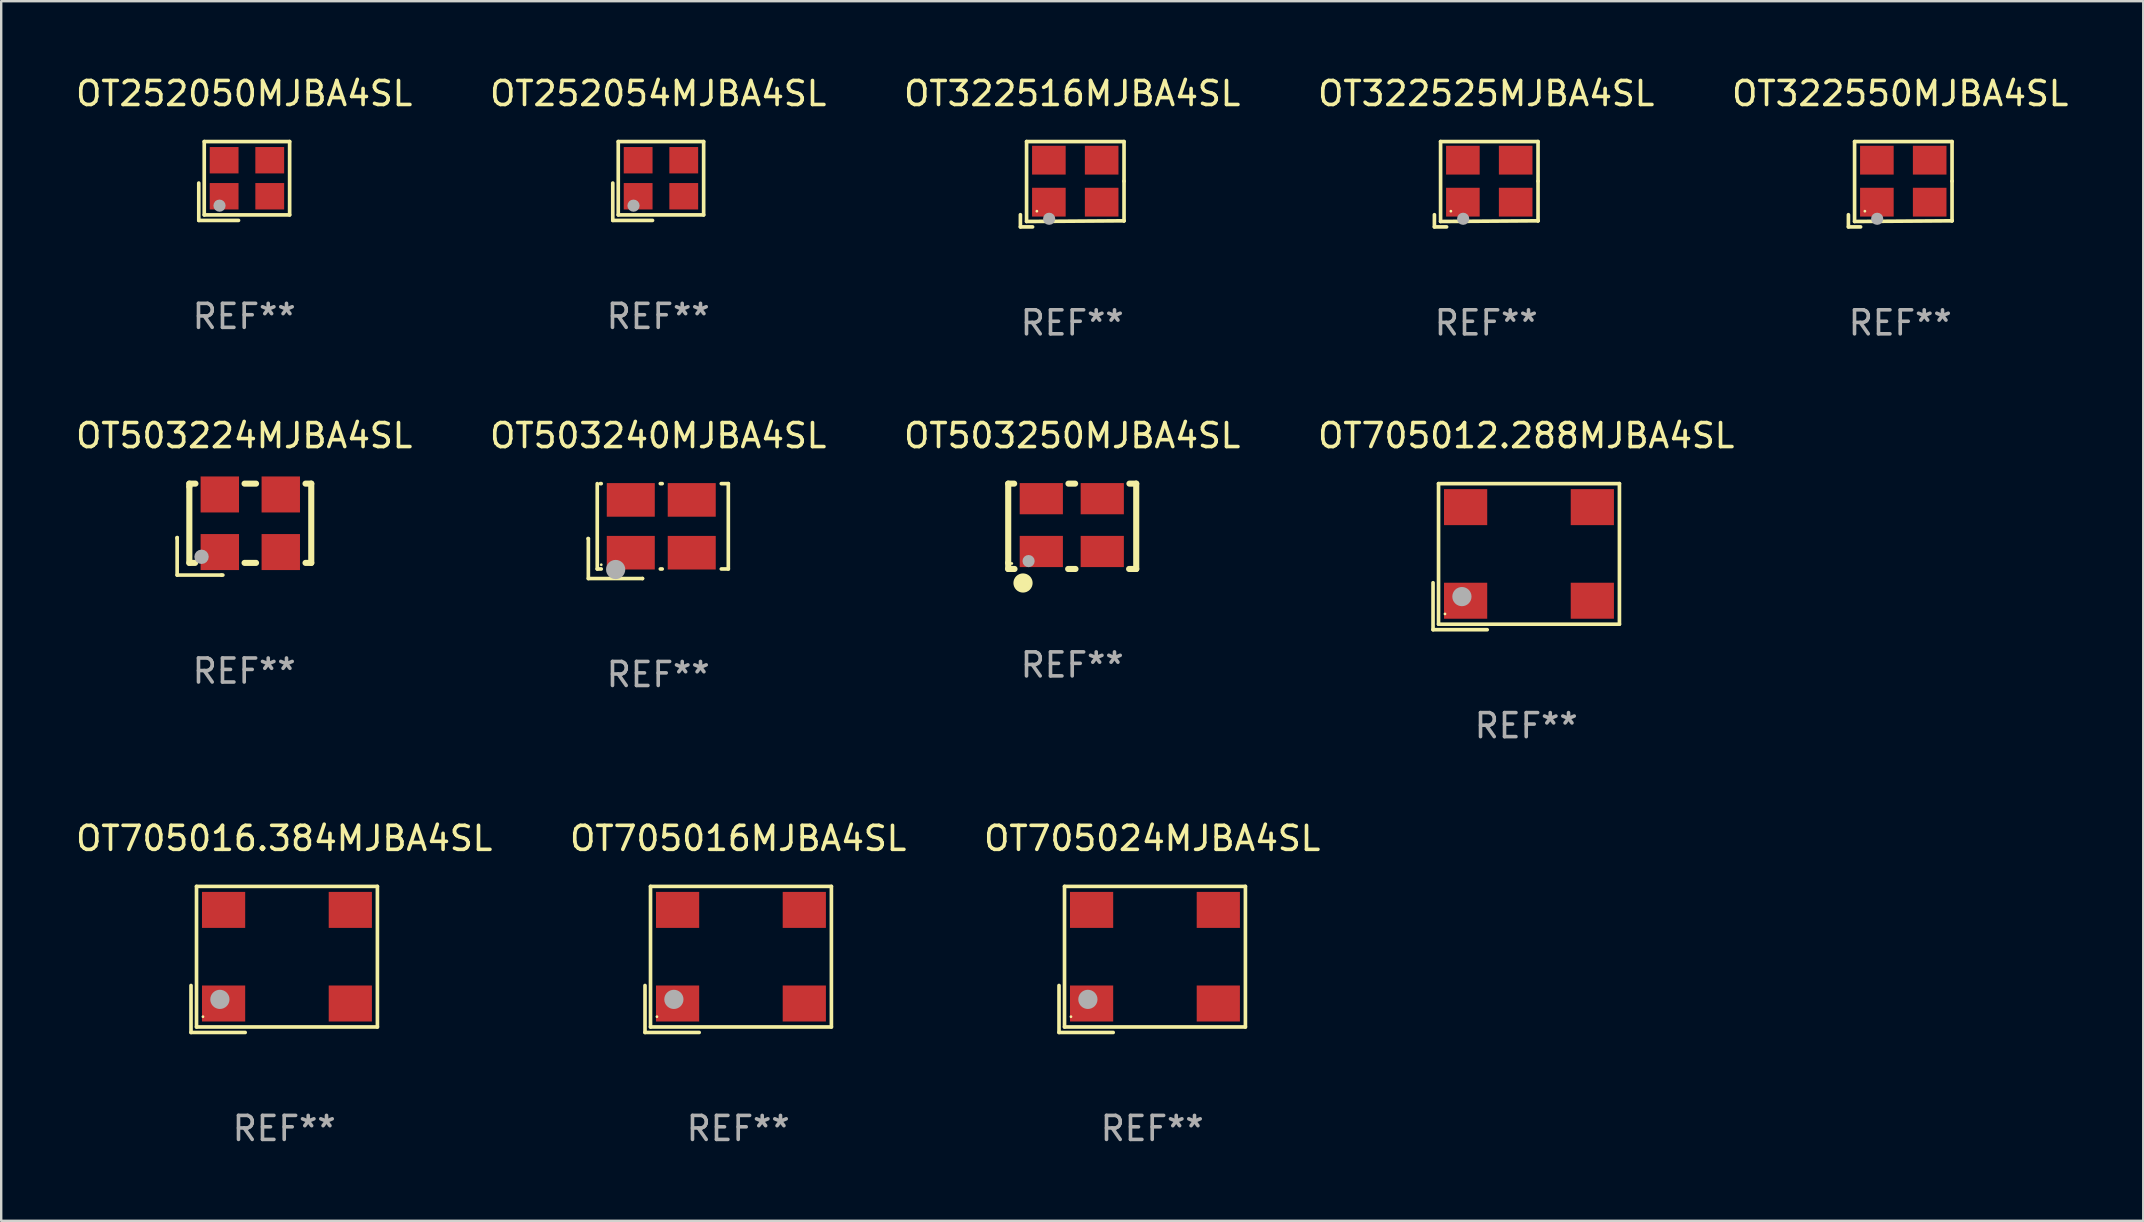
<source format=kicad_pcb>
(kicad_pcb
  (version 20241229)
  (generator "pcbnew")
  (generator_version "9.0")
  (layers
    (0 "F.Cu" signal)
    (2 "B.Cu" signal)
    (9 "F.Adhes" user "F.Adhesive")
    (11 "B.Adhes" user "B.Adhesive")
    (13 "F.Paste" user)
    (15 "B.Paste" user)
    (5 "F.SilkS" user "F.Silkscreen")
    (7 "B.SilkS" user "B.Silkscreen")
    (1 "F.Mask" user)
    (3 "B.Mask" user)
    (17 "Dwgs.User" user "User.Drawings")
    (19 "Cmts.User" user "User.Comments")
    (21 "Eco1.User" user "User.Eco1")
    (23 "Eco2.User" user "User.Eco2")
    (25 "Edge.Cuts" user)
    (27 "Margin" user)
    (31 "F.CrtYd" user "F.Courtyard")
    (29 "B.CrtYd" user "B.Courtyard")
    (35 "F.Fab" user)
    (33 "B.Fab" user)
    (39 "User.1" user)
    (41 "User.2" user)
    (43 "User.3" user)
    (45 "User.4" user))
  (footprint "OT705016.384MJBA4SL"
    (layer "F.Cu")
    (at 8.792 36.926)
    (property "Reference" "OT705016.384MJBA4SL" (at 0 -5.043 0) (layer "F.SilkS") (effects (font (size 1 1) (thickness 0.15))))
    (attr through_hole)
    (fp_line (start -3.883 1.086) (end -3.883 3.043) (stroke (width 0.152) (type solid)) (layer "F.SilkS"))
    (fp_line (start -3.883 3.043) (end -1.626 3.043) (stroke (width 0.152) (type solid)) (layer "F.SilkS"))
    (fp_line (start -3.654 -3.043) (end 3.883 -3.043) (stroke (width 0.152) (type solid)) (layer "F.SilkS"))
    (fp_line (start -3.654 2.814) (end -3.654 -3.043) (stroke (width 0.152) (type solid)) (layer "F.SilkS"))
    (fp_line (start 3.883 -3.043) (end 3.883 2.814) (stroke (width 0.152) (type solid)) (layer "F.SilkS"))
    (fp_line (start 3.883 2.814) (end -3.654 2.814) (stroke (width 0.152) (type solid)) (layer "F.SilkS"))
    (fp_circle (center -3.386 2.386) (end -3.356 2.386) (stroke (width 0.06) (type solid)) (fill no) (layer "F.SilkS"))
    (fp_circle (center -2.68 1.664) (end -2.48 1.664) (stroke (width 0.4) (type solid)) (fill no) (layer "F.Fab"))
    (fp_text user "REF**" (at 0 7.043 0) (layer "F.Fab") (effects (font (size 1 1) (thickness 0.15))))
    (pad "1" smd rect (at -2.526 1.836) (size 1.8 1.5) (layers "F.Cu" "F.Mask" "F.Paste"))
    (pad "2" smd rect (at 2.754 1.836) (size 1.8 1.5) (layers "F.Cu" "F.Mask" "F.Paste"))
    (pad "3" smd rect (at 2.754 -2.064) (size 1.8 1.5) (layers "F.Cu" "F.Mask" "F.Paste"))
    (pad "4" smd rect (at -2.526 -2.064) (size 1.8 1.5) (layers "F.Cu" "F.Mask" "F.Paste")))
  (footprint "OT322516MJBA4SL"
    (layer "F.Cu")
    (at 41.625 4.626)
    (property "Reference" "OT322516MJBA4SL" (at 0 -3.778 0) (layer "F.SilkS") (effects (font (size 1 1) (thickness 0.15))))
    (attr through_hole)
    (fp_line (start -2.159 1.27) (end -2.159 1.778) (stroke (width 0.152) (type solid)) (layer "F.SilkS"))
    (fp_line (start -2.159 1.778) (end -1.651 1.778) (stroke (width 0.152) (type solid)) (layer "F.SilkS"))
    (fp_line (start -1.902 -1.778) (end 2.159 -1.778) (stroke (width 0.152) (type solid)) (layer "F.SilkS"))
    (fp_line (start -1.902 1.552) (end -1.902 -1.778) (stroke (width 0.152) (type solid)) (layer "F.SilkS"))
    (fp_line (start 2.159 -1.778) (end 2.159 -0.127) (stroke (width 0.152) (type solid)) (layer "F.SilkS"))
    (fp_line (start 2.159 -0.127) (end 2.159 1.524) (stroke (width 0.152) (type solid)) (layer "F.SilkS"))
    (fp_line (start 2.159 1.524) (end -1.902 1.552) (stroke (width 0.152) (type solid)) (layer "F.SilkS"))
    (fp_line (start 2.159 1.524) (end 2.159 1.524) (stroke (width 0.152) (type solid)) (layer "F.SilkS"))
    (fp_circle (center -1.473 1.123) (end -1.443 1.123) (stroke (width 0.06) (type solid)) (fill no) (layer "F.SilkS"))
    (fp_circle (center -0.961 1.44) (end -0.834 1.44) (stroke (width 0.254) (type solid)) (fill no) (layer "F.Fab"))
    (fp_text user "REF**" (at 0 5.778 0) (layer "F.Fab") (effects (font (size 1 1) (thickness 0.15))))
    (pad "1" smd rect (at -0.973 0.748) (size 1.4 1.2) (layers "F.Cu" "F.Mask" "F.Paste"))
    (pad "2" smd rect (at 1.227 0.748) (size 1.4 1.2) (layers "F.Cu" "F.Mask" "F.Paste"))
    (pad "3" smd rect (at 1.227 -1.002) (size 1.4 1.2) (layers "F.Cu" "F.Mask" "F.Paste"))
    (pad "4" smd rect (at -0.973 -1.002) (size 1.4 1.2) (layers "F.Cu" "F.Mask" "F.Paste")))
  (footprint "OT705024MJBA4SL"
    (layer "F.Cu")
    (at 44.958 36.926)
    (property "Reference" "OT705024MJBA4SL" (at 0 -5.043 0) (layer "F.SilkS") (effects (font (size 1 1) (thickness 0.15))))
    (attr through_hole)
    (fp_line (start -3.883 1.086) (end -3.883 3.043) (stroke (width 0.152) (type solid)) (layer "F.SilkS"))
    (fp_line (start -3.883 3.043) (end -1.626 3.043) (stroke (width 0.152) (type solid)) (layer "F.SilkS"))
    (fp_line (start -3.654 -3.043) (end 3.883 -3.043) (stroke (width 0.152) (type solid)) (layer "F.SilkS"))
    (fp_line (start -3.654 2.814) (end -3.654 -3.043) (stroke (width 0.152) (type solid)) (layer "F.SilkS"))
    (fp_line (start 3.883 -3.043) (end 3.883 2.814) (stroke (width 0.152) (type solid)) (layer "F.SilkS"))
    (fp_line (start 3.883 2.814) (end -3.654 2.814) (stroke (width 0.152) (type solid)) (layer "F.SilkS"))
    (fp_circle (center -3.386 2.386) (end -3.356 2.386) (stroke (width 0.06) (type solid)) (fill no) (layer "F.SilkS"))
    (fp_circle (center -2.68 1.664) (end -2.48 1.664) (stroke (width 0.4) (type solid)) (fill no) (layer "F.Fab"))
    (fp_text user "REF**" (at 0 7.043 0) (layer "F.Fab") (effects (font (size 1 1) (thickness 0.15))))
    (pad "1" smd rect (at -2.526 1.836) (size 1.8 1.5) (layers "F.Cu" "F.Mask" "F.Paste"))
    (pad "2" smd rect (at 2.754 1.836) (size 1.8 1.5) (layers "F.Cu" "F.Mask" "F.Paste"))
    (pad "3" smd rect (at 2.754 -2.064) (size 1.8 1.5) (layers "F.Cu" "F.Mask" "F.Paste"))
    (pad "4" smd rect (at -2.526 -2.064) (size 1.8 1.5) (layers "F.Cu" "F.Mask" "F.Paste")))
  (footprint "OT322525MJBA4SL"
    (layer "F.Cu")
    (at 58.875 4.626)
    (property "Reference" "OT322525MJBA4SL" (at 0 -3.778 0) (layer "F.SilkS") (effects (font (size 1 1) (thickness 0.15))))
    (attr through_hole)
    (fp_line (start -2.159 1.27) (end -2.159 1.778) (stroke (width 0.152) (type solid)) (layer "F.SilkS"))
    (fp_line (start -2.159 1.778) (end -1.651 1.778) (stroke (width 0.152) (type solid)) (layer "F.SilkS"))
    (fp_line (start -1.902 -1.778) (end 2.159 -1.778) (stroke (width 0.152) (type solid)) (layer "F.SilkS"))
    (fp_line (start -1.902 1.552) (end -1.902 -1.778) (stroke (width 0.152) (type solid)) (layer "F.SilkS"))
    (fp_line (start 2.159 -1.778) (end 2.159 -0.127) (stroke (width 0.152) (type solid)) (layer "F.SilkS"))
    (fp_line (start 2.159 -0.127) (end 2.159 1.524) (stroke (width 0.152) (type solid)) (layer "F.SilkS"))
    (fp_line (start 2.159 1.524) (end -1.902 1.552) (stroke (width 0.152) (type solid)) (layer "F.SilkS"))
    (fp_line (start 2.159 1.524) (end 2.159 1.524) (stroke (width 0.152) (type solid)) (layer "F.SilkS"))
    (fp_circle (center -1.473 1.123) (end -1.443 1.123) (stroke (width 0.06) (type solid)) (fill no) (layer "F.SilkS"))
    (fp_circle (center -0.961 1.44) (end -0.834 1.44) (stroke (width 0.254) (type solid)) (fill no) (layer "F.Fab"))
    (fp_text user "REF**" (at 0 5.778 0) (layer "F.Fab") (effects (font (size 1 1) (thickness 0.15))))
    (pad "1" smd rect (at -0.973 0.748) (size 1.4 1.2) (layers "F.Cu" "F.Mask" "F.Paste"))
    (pad "2" smd rect (at 1.227 0.748) (size 1.4 1.2) (layers "F.Cu" "F.Mask" "F.Paste"))
    (pad "3" smd rect (at 1.227 -1.002) (size 1.4 1.2) (layers "F.Cu" "F.Mask" "F.Paste"))
    (pad "4" smd rect (at -0.973 -1.002) (size 1.4 1.2) (layers "F.Cu" "F.Mask" "F.Paste")))
  (footprint "OT705012.288MJBA4SL"
    (layer "F.Cu")
    (at 60.542 20.144)
    (property "Reference" "OT705012.288MJBA4SL" (at 0 -5.043 0) (layer "F.SilkS") (effects (font (size 1 1) (thickness 0.15))))
    (attr through_hole)
    (fp_line (start -3.883 1.086) (end -3.883 3.043) (stroke (width 0.152) (type solid)) (layer "F.SilkS"))
    (fp_line (start -3.883 3.043) (end -1.626 3.043) (stroke (width 0.152) (type solid)) (layer "F.SilkS"))
    (fp_line (start -3.654 -3.043) (end 3.883 -3.043) (stroke (width 0.152) (type solid)) (layer "F.SilkS"))
    (fp_line (start -3.654 2.814) (end -3.654 -3.043) (stroke (width 0.152) (type solid)) (layer "F.SilkS"))
    (fp_line (start 3.883 -3.043) (end 3.883 2.814) (stroke (width 0.152) (type solid)) (layer "F.SilkS"))
    (fp_line (start 3.883 2.814) (end -3.654 2.814) (stroke (width 0.152) (type solid)) (layer "F.SilkS"))
    (fp_circle (center -3.386 2.386) (end -3.356 2.386) (stroke (width 0.06) (type solid)) (fill no) (layer "F.SilkS"))
    (fp_circle (center -2.68 1.664) (end -2.48 1.664) (stroke (width 0.4) (type solid)) (fill no) (layer "F.Fab"))
    (fp_text user "REF**" (at 0 7.043 0) (layer "F.Fab") (effects (font (size 1 1) (thickness 0.15))))
    (pad "1" smd rect (at -2.526 1.836) (size 1.8 1.5) (layers "F.Cu" "F.Mask" "F.Paste"))
    (pad "2" smd rect (at 2.754 1.836) (size 1.8 1.5) (layers "F.Cu" "F.Mask" "F.Paste"))
    (pad "3" smd rect (at 2.754 -2.064) (size 1.8 1.5) (layers "F.Cu" "F.Mask" "F.Paste"))
    (pad "4" smd rect (at -2.526 -2.064) (size 1.8 1.5) (layers "F.Cu" "F.Mask" "F.Paste")))
  (footprint "OT503224MJBA4SL"
    (layer "F.Cu")
    (at 7.125 19.006)
    (property "Reference" "OT503224MJBA4SL" (at 0 -3.905 0) (layer "F.SilkS") (effects (font (size 1 1) (thickness 0.15))))
    (attr through_hole)
    (fp_line (start -2.794 0.345) (end -2.794 1.905) (stroke (width 0.152) (type solid)) (layer "F.SilkS"))
    (fp_line (start -2.794 0.381) (end -2.794 0.345) (stroke (width 0.152) (type solid)) (layer "F.SilkS"))
    (fp_line (start -2.794 1.905) (end -0.945 1.905) (stroke (width 0.152) (type solid)) (layer "F.SilkS"))
    (fp_line (start -2.286 -1.905) (end -2.032 -1.905) (stroke (width 0.254) (type solid)) (layer "F.SilkS"))
    (fp_line (start -2.286 -1.778) (end -2.286 -1.905) (stroke (width 0.254) (type solid)) (layer "F.SilkS"))
    (fp_line (start -2.286 1.397) (end -2.286 -1.778) (stroke (width 0.254) (type solid)) (layer "F.SilkS"))
    (fp_line (start -2.047 1.397) (end -2.286 1.397) (stroke (width 0.254) (type solid)) (layer "F.SilkS"))
    (fp_line (start -0.945 1.905) (end -0.889 1.905) (stroke (width 0.152) (type solid)) (layer "F.SilkS"))
    (fp_line (start 0.015 -1.905) (end 0.493 -1.905) (stroke (width 0.254) (type solid)) (layer "F.SilkS"))
    (fp_line (start 0.493 1.397) (end 0.015 1.397) (stroke (width 0.254) (type solid)) (layer "F.SilkS"))
    (fp_line (start 2.555 -1.905) (end 2.794 -1.905) (stroke (width 0.254) (type solid)) (layer "F.SilkS"))
    (fp_line (start 2.794 -1.905) (end 2.794 1.397) (stroke (width 0.254) (type solid)) (layer "F.SilkS"))
    (fp_line (start 2.794 1.397) (end 2.555 1.397) (stroke (width 0.254) (type solid)) (layer "F.SilkS"))
    (fp_circle (center -2.246 1.346) (end -2.216 1.346) (stroke (width 0.06) (type solid)) (fill no) (layer "F.SilkS"))
    (fp_circle (center -1.778 1.143) (end -1.628 1.143) (stroke (width 0.3) (type solid)) (fill no) (layer "F.Fab"))
    (fp_text user "REF**" (at 0 5.905 0) (layer "F.Fab") (effects (font (size 1 1) (thickness 0.15))))
    (pad "1" smd rect (at -1.016 0.946) (size 1.6 1.5) (layers "F.Cu" "F.Mask" "F.Paste"))
    (pad "2" smd rect (at 1.524 0.946) (size 1.6 1.5) (layers "F.Cu" "F.Mask" "F.Paste"))
    (pad "3" smd rect (at 1.524 -1.454) (size 1.6 1.5) (layers "F.Cu" "F.Mask" "F.Paste"))
    (pad "4" smd rect (at -1.016 -1.454) (size 1.6 1.5) (layers "F.Cu" "F.Mask" "F.Paste")))
  (footprint "OT705016MJBA4SL"
    (layer "F.Cu")
    (at 27.708 36.926)
    (property "Reference" "OT705016MJBA4SL" (at 0 -5.043 0) (layer "F.SilkS") (effects (font (size 1 1) (thickness 0.15))))
    (attr through_hole)
    (fp_line (start -3.883 1.086) (end -3.883 3.043) (stroke (width 0.152) (type solid)) (layer "F.SilkS"))
    (fp_line (start -3.883 3.043) (end -1.626 3.043) (stroke (width 0.152) (type solid)) (layer "F.SilkS"))
    (fp_line (start -3.654 -3.043) (end 3.883 -3.043) (stroke (width 0.152) (type solid)) (layer "F.SilkS"))
    (fp_line (start -3.654 2.814) (end -3.654 -3.043) (stroke (width 0.152) (type solid)) (layer "F.SilkS"))
    (fp_line (start 3.883 -3.043) (end 3.883 2.814) (stroke (width 0.152) (type solid)) (layer "F.SilkS"))
    (fp_line (start 3.883 2.814) (end -3.654 2.814) (stroke (width 0.152) (type solid)) (layer "F.SilkS"))
    (fp_circle (center -3.386 2.386) (end -3.356 2.386) (stroke (width 0.06) (type solid)) (fill no) (layer "F.SilkS"))
    (fp_circle (center -2.68 1.664) (end -2.48 1.664) (stroke (width 0.4) (type solid)) (fill no) (layer "F.Fab"))
    (fp_text user "REF**" (at 0 7.043 0) (layer "F.Fab") (effects (font (size 1 1) (thickness 0.15))))
    (pad "1" smd rect (at -2.526 1.836) (size 1.8 1.5) (layers "F.Cu" "F.Mask" "F.Paste"))
    (pad "2" smd rect (at 2.754 1.836) (size 1.8 1.5) (layers "F.Cu" "F.Mask" "F.Paste"))
    (pad "3" smd rect (at 2.754 -2.064) (size 1.8 1.5) (layers "F.Cu" "F.Mask" "F.Paste"))
    (pad "4" smd rect (at -2.526 -2.064) (size 1.8 1.5) (layers "F.Cu" "F.Mask" "F.Paste")))
  (footprint "OT252054MJBA4SL"
    (layer "F.Cu")
    (at 24.375 4.491)
    (property "Reference" "OT252054MJBA4SL" (at 0 -3.643 0) (layer "F.SilkS") (effects (font (size 1 1) (thickness 0.15))))
    (attr through_hole)
    (fp_line (start -1.893 0.086) (end -1.893 1.643) (stroke (width 0.152) (type solid)) (layer "F.SilkS"))
    (fp_line (start -1.893 1.643) (end -0.237 1.643) (stroke (width 0.152) (type solid)) (layer "F.SilkS"))
    (fp_line (start -1.665 -1.643) (end 1.893 -1.643) (stroke (width 0.152) (type solid)) (layer "F.SilkS"))
    (fp_line (start -1.665 1.414) (end -1.665 -1.643) (stroke (width 0.152) (type solid)) (layer "F.SilkS"))
    (fp_line (start 1.893 -1.643) (end 1.893 1.414) (stroke (width 0.152) (type solid)) (layer "F.SilkS"))
    (fp_line (start 1.893 1.414) (end -1.665 1.414) (stroke (width 0.152) (type solid)) (layer "F.SilkS"))
    (fp_circle (center -1.136 0.885) (end -1.106 0.885) (stroke (width 0.06) (type solid)) (fill no) (layer "F.SilkS"))
    (fp_circle (center -1.029 1.028) (end -0.902 1.028) (stroke (width 0.254) (type solid)) (fill no) (layer "F.Fab"))
    (fp_text user "REF**" (at 0 5.643 0) (layer "F.Fab") (effects (font (size 1 1) (thickness 0.15))))
    (pad "1" smd rect (at -0.836 0.636) (size 1.2 1.1) (layers "F.Cu" "F.Mask" "F.Paste"))
    (pad "2" smd rect (at 1.064 0.636) (size 1.2 1.1) (layers "F.Cu" "F.Mask" "F.Paste"))
    (pad "3" smd rect (at 1.064 -0.865) (size 1.2 1.1) (layers "F.Cu" "F.Mask" "F.Paste"))
    (pad "4" smd rect (at -0.836 -0.865) (size 1.2 1.1) (layers "F.Cu" "F.Mask" "F.Paste")))
  (footprint "OT503240MJBA4SL"
    (layer "F.Cu")
    (at 24.375 19.078)
    (property "Reference" "OT503240MJBA4SL" (at 0 -3.977 0) (layer "F.SilkS") (effects (font (size 1 1) (thickness 0.15))))
    (attr through_hole)
    (fp_line (start -2.921 0.309) (end -2.911 0.319) (stroke (width 0.152) (type solid)) (layer "F.SilkS"))
    (fp_line (start -2.911 0.319) (end -2.911 1.977) (stroke (width 0.152) (type solid)) (layer "F.SilkS"))
    (fp_line (start -2.911 1.977) (end -0.655 1.977) (stroke (width 0.152) (type solid)) (layer "F.SilkS"))
    (fp_line (start -2.54 1.579) (end -2.54 -1.977) (stroke (width 0.152) (type solid)) (layer "F.SilkS"))
    (fp_line (start -2.413 -1.977) (end -2.374 -1.977) (stroke (width 0.152) (type solid)) (layer "F.SilkS"))
    (fp_line (start -2.374 1.579) (end -2.54 1.579) (stroke (width 0.152) (type solid)) (layer "F.SilkS"))
    (fp_line (start -0.655 1.977) (end -0.655 1.977) (stroke (width 0.152) (type solid)) (layer "F.SilkS"))
    (fp_line (start 0.088 -1.977) (end 0.166 -1.977) (stroke (width 0.152) (type solid)) (layer "F.SilkS"))
    (fp_line (start 0.166 1.579) (end 0.088 1.579) (stroke (width 0.152) (type solid)) (layer "F.SilkS"))
    (fp_line (start 2.628 -1.977) (end 2.921 -1.977) (stroke (width 0.152) (type solid)) (layer "F.SilkS"))
    (fp_line (start 2.921 -1.977) (end 2.921 1.579) (stroke (width 0.152) (type solid)) (layer "F.SilkS"))
    (fp_line (start 2.921 1.579) (end 2.628 1.579) (stroke (width 0.152) (type solid)) (layer "F.SilkS"))
    (fp_circle (center -2.373 1.401) (end -2.343 1.401) (stroke (width 0.06) (type solid)) (fill no) (layer "F.SilkS"))
    (fp_circle (center -1.773 1.601) (end -1.573 1.601) (stroke (width 0.4) (type solid)) (fill no) (layer "F.Fab"))
    (fp_text user "REF**" (at 0 5.977 0) (layer "F.Fab") (effects (font (size 1 1) (thickness 0.15))))
    (pad "1" smd rect (at -1.143 0.901) (size 2 1.4) (layers "F.Cu" "F.Mask" "F.Paste"))
    (pad "2" smd rect (at 1.397 0.901) (size 2 1.4) (layers "F.Cu" "F.Mask" "F.Paste"))
    (pad "3" smd rect (at 1.397 -1.299) (size 2 1.4) (layers "F.Cu" "F.Mask" "F.Paste"))
    (pad "4" smd rect (at -1.143 -1.299) (size 2 1.4) (layers "F.Cu" "F.Mask" "F.Paste")))
  (footprint "OT252050MJBA4SL"
    (layer "F.Cu")
    (at 7.125 4.491)
    (property "Reference" "OT252050MJBA4SL" (at 0 -3.643 0) (layer "F.SilkS") (effects (font (size 1 1) (thickness 0.15))))
    (attr through_hole)
    (fp_line (start -1.893 0.086) (end -1.893 1.643) (stroke (width 0.152) (type solid)) (layer "F.SilkS"))
    (fp_line (start -1.893 1.643) (end -0.237 1.643) (stroke (width 0.152) (type solid)) (layer "F.SilkS"))
    (fp_line (start -1.665 -1.643) (end 1.893 -1.643) (stroke (width 0.152) (type solid)) (layer "F.SilkS"))
    (fp_line (start -1.665 1.414) (end -1.665 -1.643) (stroke (width 0.152) (type solid)) (layer "F.SilkS"))
    (fp_line (start 1.893 -1.643) (end 1.893 1.414) (stroke (width 0.152) (type solid)) (layer "F.SilkS"))
    (fp_line (start 1.893 1.414) (end -1.665 1.414) (stroke (width 0.152) (type solid)) (layer "F.SilkS"))
    (fp_circle (center -1.136 0.885) (end -1.106 0.885) (stroke (width 0.06) (type solid)) (fill no) (layer "F.SilkS"))
    (fp_circle (center -1.029 1.028) (end -0.902 1.028) (stroke (width 0.254) (type solid)) (fill no) (layer "F.Fab"))
    (fp_text user "REF**" (at 0 5.643 0) (layer "F.Fab") (effects (font (size 1 1) (thickness 0.15))))
    (pad "1" smd rect (at -0.836 0.636) (size 1.2 1.1) (layers "F.Cu" "F.Mask" "F.Paste"))
    (pad "2" smd rect (at 1.064 0.636) (size 1.2 1.1) (layers "F.Cu" "F.Mask" "F.Paste"))
    (pad "3" smd rect (at 1.064 -0.865) (size 1.2 1.1) (layers "F.Cu" "F.Mask" "F.Paste"))
    (pad "4" smd rect (at -0.836 -0.865) (size 1.2 1.1) (layers "F.Cu" "F.Mask" "F.Paste")))
  (footprint "OT322550MJBA4SL"
    (layer "F.Cu")
    (at 76.125 4.626)
    (property "Reference" "OT322550MJBA4SL" (at 0 -3.778 0) (layer "F.SilkS") (effects (font (size 1 1) (thickness 0.15))))
    (attr through_hole)
    (fp_line (start -2.159 1.27) (end -2.159 1.778) (stroke (width 0.152) (type solid)) (layer "F.SilkS"))
    (fp_line (start -2.159 1.778) (end -1.651 1.778) (stroke (width 0.152) (type solid)) (layer "F.SilkS"))
    (fp_line (start -1.902 -1.778) (end 2.159 -1.778) (stroke (width 0.152) (type solid)) (layer "F.SilkS"))
    (fp_line (start -1.902 1.552) (end -1.902 -1.778) (stroke (width 0.152) (type solid)) (layer "F.SilkS"))
    (fp_line (start 2.159 -1.778) (end 2.159 -0.127) (stroke (width 0.152) (type solid)) (layer "F.SilkS"))
    (fp_line (start 2.159 -0.127) (end 2.159 1.524) (stroke (width 0.152) (type solid)) (layer "F.SilkS"))
    (fp_line (start 2.159 1.524) (end -1.902 1.552) (stroke (width 0.152) (type solid)) (layer "F.SilkS"))
    (fp_line (start 2.159 1.524) (end 2.159 1.524) (stroke (width 0.152) (type solid)) (layer "F.SilkS"))
    (fp_circle (center -1.473 1.123) (end -1.443 1.123) (stroke (width 0.06) (type solid)) (fill no) (layer "F.SilkS"))
    (fp_circle (center -0.961 1.44) (end -0.834 1.44) (stroke (width 0.254) (type solid)) (fill no) (layer "F.Fab"))
    (fp_text user "REF**" (at 0 5.778 0) (layer "F.Fab") (effects (font (size 1 1) (thickness 0.15))))
    (pad "1" smd rect (at -0.973 0.748) (size 1.4 1.2) (layers "F.Cu" "F.Mask" "F.Paste"))
    (pad "2" smd rect (at 1.227 0.748) (size 1.4 1.2) (layers "F.Cu" "F.Mask" "F.Paste"))
    (pad "3" smd rect (at 1.227 -1.002) (size 1.4 1.2) (layers "F.Cu" "F.Mask" "F.Paste"))
    (pad "4" smd rect (at -0.973 -1.002) (size 1.4 1.2) (layers "F.Cu" "F.Mask" "F.Paste")))
  (footprint "OT503250MJBA4SL"
    (layer "F.Cu")
    (at 41.625 18.879)
    (property "Reference" "OT503250MJBA4SL" (at 0 -3.778 0) (layer "F.SilkS") (effects (font (size 1 1) (thickness 0.15))))
    (attr through_hole)
    (fp_line (start -2.667 -1.778) (end -2.419 -1.778) (stroke (width 0.254) (type solid)) (layer "F.SilkS"))
    (fp_line (start -2.667 1.524) (end -2.667 -1.778) (stroke (width 0.254) (type solid)) (layer "F.SilkS"))
    (fp_line (start -2.667 1.778) (end -2.667 1.524) (stroke (width 0.254) (type solid)) (layer "F.SilkS"))
    (fp_line (start -2.404 1.778) (end -2.667 1.778) (stroke (width 0.254) (type solid)) (layer "F.SilkS"))
    (fp_line (start -0.156 -1.778) (end 0.121 -1.778) (stroke (width 0.254) (type solid)) (layer "F.SilkS"))
    (fp_line (start 0.136 1.778) (end -0.17 1.778) (stroke (width 0.254) (type solid)) (layer "F.SilkS"))
    (fp_line (start 2.384 -1.778) (end 2.667 -1.778) (stroke (width 0.254) (type solid)) (layer "F.SilkS"))
    (fp_line (start 2.667 -1.778) (end 2.667 1.778) (stroke (width 0.254) (type solid)) (layer "F.SilkS"))
    (fp_line (start 2.667 1.778) (end 2.37 1.778) (stroke (width 0.254) (type solid)) (layer "F.SilkS"))
    (fp_circle (center -2.517 1.549) (end -2.487 1.549) (stroke (width 0.06) (type solid)) (fill no) (layer "F.SilkS"))
    (fp_circle (center -2.05 2.362) (end -1.85 2.362) (stroke (width 0.4) (type solid)) (fill no) (layer "F.SilkS"))
    (fp_circle (center -1.818 1.449) (end -1.691 1.449) (stroke (width 0.254) (type solid)) (fill no) (layer "F.Fab"))
    (fp_text user "REF**" (at 0 5.778 0) (layer "F.Fab") (effects (font (size 1 1) (thickness 0.15))))
    (pad "1" smd rect (at -1.288 1.049) (size 1.8 1.3) (layers "F.Cu" "F.Mask" "F.Paste"))
    (pad "2" smd rect (at 1.252 1.049) (size 1.8 1.3) (layers "F.Cu" "F.Mask" "F.Paste"))
    (pad "3" smd rect (at 1.252 -1.151 180) (size 1.8 1.3) (layers "F.Cu" "F.Mask" "F.Paste"))
    (pad "4" smd rect (at -1.288 -1.151) (size 1.8 1.3) (layers "F.Cu" "F.Mask" "F.Paste")))
  (gr_rect
    (start -3 -3)
    (end 86.25 47.817)
    (stroke (width 0.1) (type default))
    (fill no)
    (layer "Edge.Cuts")))
</source>
